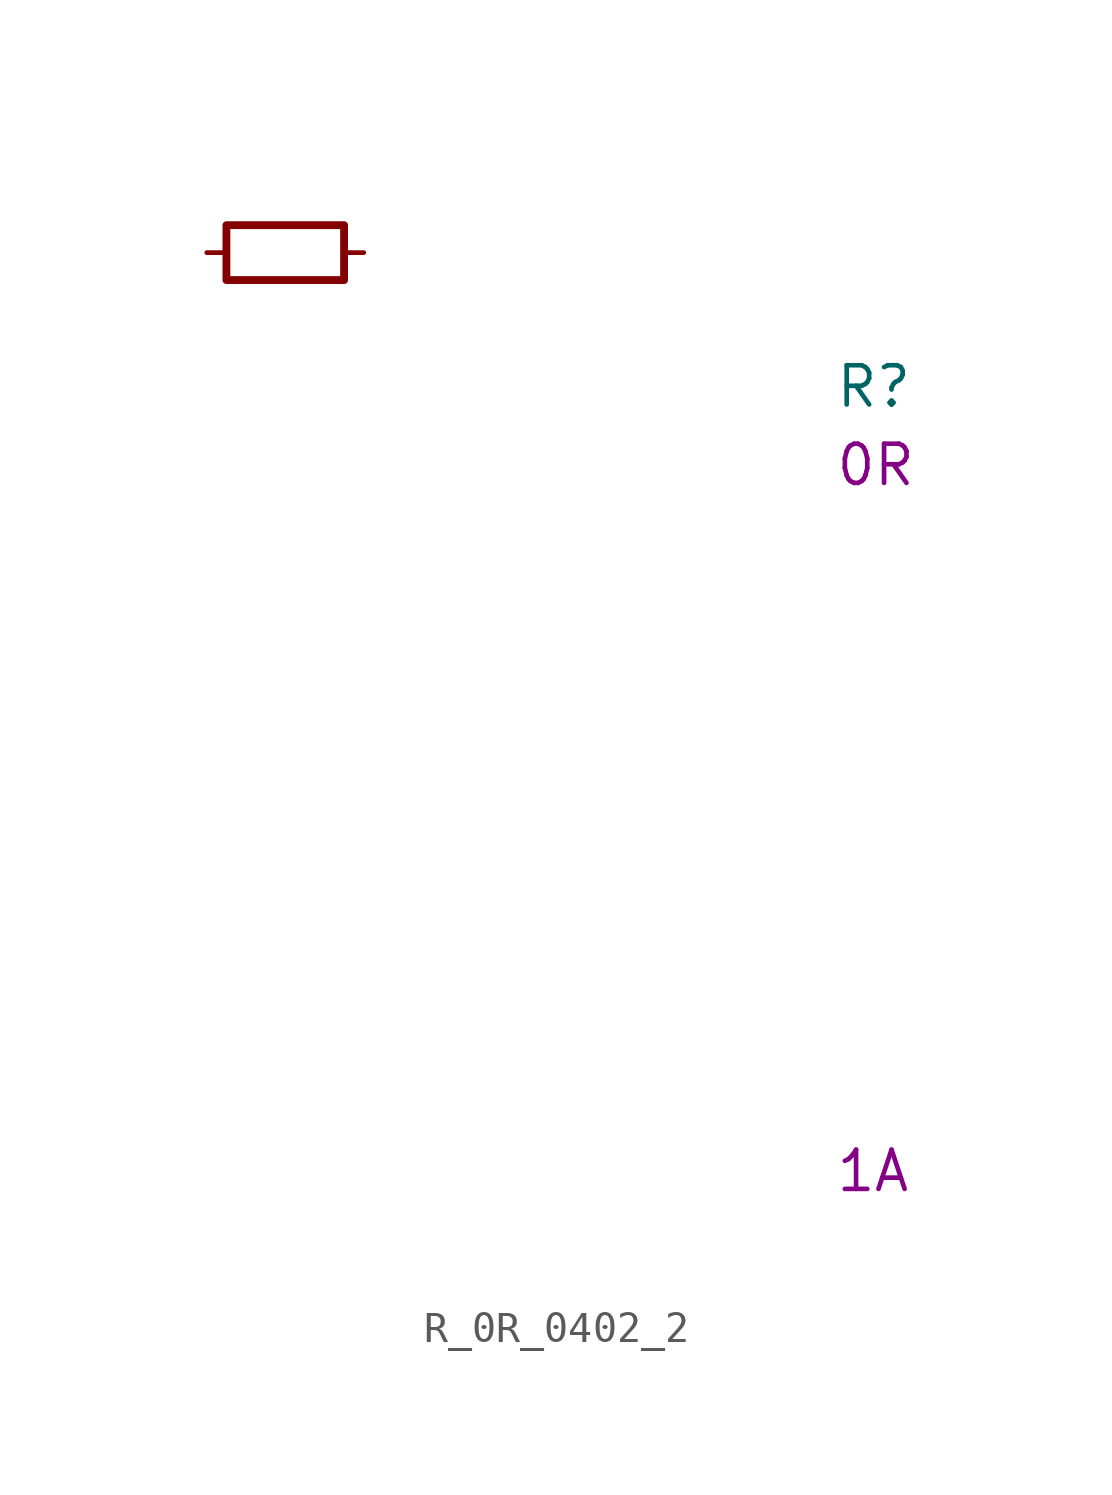
<source format=kicad_sym>
(kicad_symbol_lib
  (version 20231120)
  (generator "kicad_symbol_editor")
  (generator_version "8.0")
  (symbol "R_0R_0402_2"
    (pin_numbers hide)
    (pin_names hide)
    (property "Reference" "R"
      (at 20.32 -5.08 0)
      (effects (font (size 1.27 1.27) (thickness 0.15)) (justify left bottom)))
    (property "Val" "0R"
      (at 20.32 -7.62 0)
      (effects (font (size 1.27 1.27) (thickness 0.15)) (justify left bottom)))
    (property "Current" "1A"
      (at 20.32 -30.48 0)
      (effects (font (size 1.27 1.27) (thickness 0.15)) (justify left bottom)))
    (symbol "R_0R_0402_2_0_1"
      (rectangle (start 0.635 0.889) (end 4.445 -0.889) (stroke (width 0.254) (type default)) (fill (type none))))
    (symbol "R_0R_0402_2_1_1"
      (pin passive line (at 0 0 0) (length 0.635) (name "~" (effects (font (size 1.27 1.27)))) (number "1" (effects (font (size 1.27 1.27)))))
      (pin passive line (at 5.08 0 180) (length 0.635) (name "~" (effects (font (size 1.27 1.27)))) (number "2" (effects (font (size 1.27 1.27))))))))
</source>
